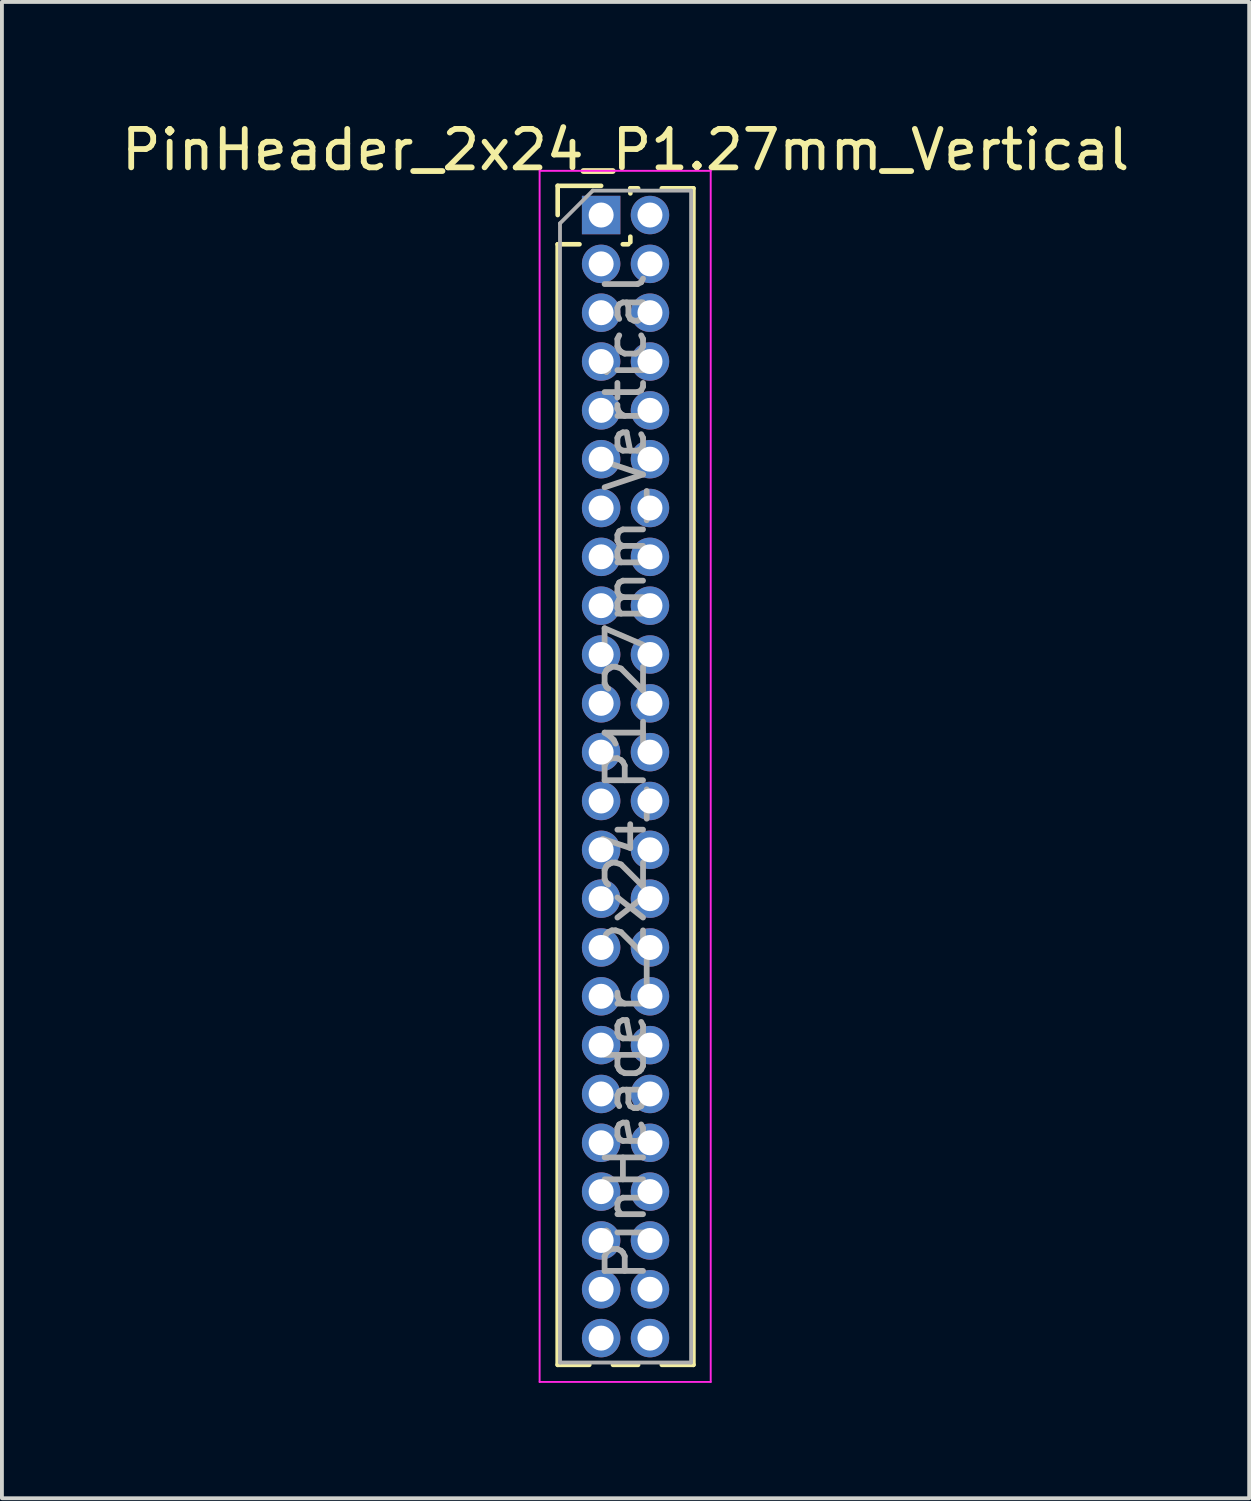
<source format=kicad_pcb>
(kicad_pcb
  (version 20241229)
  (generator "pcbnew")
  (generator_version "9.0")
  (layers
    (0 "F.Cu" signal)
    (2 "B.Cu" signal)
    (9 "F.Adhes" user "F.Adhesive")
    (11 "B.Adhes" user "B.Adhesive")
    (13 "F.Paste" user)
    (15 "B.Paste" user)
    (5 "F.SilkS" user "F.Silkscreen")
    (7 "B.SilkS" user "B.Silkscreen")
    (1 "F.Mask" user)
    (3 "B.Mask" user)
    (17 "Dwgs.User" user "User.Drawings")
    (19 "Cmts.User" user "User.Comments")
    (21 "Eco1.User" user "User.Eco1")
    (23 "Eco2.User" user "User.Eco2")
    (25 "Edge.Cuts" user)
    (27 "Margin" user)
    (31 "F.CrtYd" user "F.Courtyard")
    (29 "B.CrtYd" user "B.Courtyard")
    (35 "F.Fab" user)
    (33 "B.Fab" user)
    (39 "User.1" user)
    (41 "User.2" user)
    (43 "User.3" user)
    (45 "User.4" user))
  (footprint "PinHeader_2x24_P1.27mm_Vertical"
    (layer "F.Cu")
    (at 12.585 2.543)
    (property "Reference" "PinHeader_2x24_P1.27mm_Vertical" (at 0.635 -1.695 0) (layer "F.SilkS") (effects (font (size 1 1) (thickness 0.15))))
    (attr through_hole)
    (fp_line (start -1.13 -0.76) (end 0 -0.76) (stroke (width 0.12) (type solid)) (layer "F.SilkS"))
    (fp_line (start -1.13 0) (end -1.13 -0.76) (stroke (width 0.12) (type solid)) (layer "F.SilkS"))
    (fp_line (start -1.13 0.76) (end -1.13 29.905) (stroke (width 0.12) (type solid)) (layer "F.SilkS"))
    (fp_line (start -1.13 0.76) (end -0.563 0.76) (stroke (width 0.12) (type solid)) (layer "F.SilkS"))
    (fp_line (start -1.13 29.905) (end -0.308 29.905) (stroke (width 0.12) (type solid)) (layer "F.SilkS"))
    (fp_line (start 0.308 29.905) (end 0.962 29.905) (stroke (width 0.12) (type solid)) (layer "F.SilkS"))
    (fp_line (start 0.563 0.76) (end 0.707 0.76) (stroke (width 0.12) (type solid)) (layer "F.SilkS"))
    (fp_line (start 0.76 -0.695) (end 0.962 -0.695) (stroke (width 0.12) (type solid)) (layer "F.SilkS"))
    (fp_line (start 0.76 -0.563) (end 0.76 -0.695) (stroke (width 0.12) (type solid)) (layer "F.SilkS"))
    (fp_line (start 0.76 0.707) (end 0.76 0.563) (stroke (width 0.12) (type solid)) (layer "F.SilkS"))
    (fp_line (start 1.578 -0.695) (end 2.4 -0.695) (stroke (width 0.12) (type solid)) (layer "F.SilkS"))
    (fp_line (start 1.578 29.905) (end 2.4 29.905) (stroke (width 0.12) (type solid)) (layer "F.SilkS"))
    (fp_line (start 2.4 -0.695) (end 2.4 29.905) (stroke (width 0.12) (type solid)) (layer "F.SilkS"))
    (fp_line (start -1.6 -1.15) (end -1.6 30.35) (stroke (width 0.05) (type solid)) (layer "F.CrtYd"))
    (fp_line (start -1.6 30.35) (end 2.85 30.35) (stroke (width 0.05) (type solid)) (layer "F.CrtYd"))
    (fp_line (start 2.85 -1.15) (end -1.6 -1.15) (stroke (width 0.05) (type solid)) (layer "F.CrtYd"))
    (fp_line (start 2.85 30.35) (end 2.85 -1.15) (stroke (width 0.05) (type solid)) (layer "F.CrtYd"))
    (fp_line (start -1.07 0.217) (end -0.217 -0.635) (stroke (width 0.1) (type solid)) (layer "F.Fab"))
    (fp_line (start -1.07 29.845) (end -1.07 0.217) (stroke (width 0.1) (type solid)) (layer "F.Fab"))
    (fp_line (start -0.217 -0.635) (end 2.34 -0.635) (stroke (width 0.1) (type solid)) (layer "F.Fab"))
    (fp_line (start 2.34 -0.635) (end 2.34 29.845) (stroke (width 0.1) (type solid)) (layer "F.Fab"))
    (fp_line (start 2.34 29.845) (end -1.07 29.845) (stroke (width 0.1) (type solid)) (layer "F.Fab"))
    (fp_text user "${REFERENCE}" (at 0.635 14.605 90) (layer "F.Fab") (effects (font (size 1 1) (thickness 0.15))))
    (pad "1" thru_hole rect (at 0 0) (size 1 1) (drill 0.65) (layers "*.Cu" "*.Mask"))
    (pad "2" thru_hole oval (at 1.27 0) (size 1 1) (drill 0.65) (layers "*.Cu" "*.Mask"))
    (pad "3" thru_hole oval (at 0 1.27) (size 1 1) (drill 0.65) (layers "*.Cu" "*.Mask"))
    (pad "4" thru_hole oval (at 1.27 1.27) (size 1 1) (drill 0.65) (layers "*.Cu" "*.Mask"))
    (pad "5" thru_hole oval (at 0 2.54) (size 1 1) (drill 0.65) (layers "*.Cu" "*.Mask"))
    (pad "6" thru_hole oval (at 1.27 2.54) (size 1 1) (drill 0.65) (layers "*.Cu" "*.Mask"))
    (pad "7" thru_hole oval (at 0 3.81) (size 1 1) (drill 0.65) (layers "*.Cu" "*.Mask"))
    (pad "8" thru_hole oval (at 1.27 3.81) (size 1 1) (drill 0.65) (layers "*.Cu" "*.Mask"))
    (pad "9" thru_hole oval (at 0 5.08) (size 1 1) (drill 0.65) (layers "*.Cu" "*.Mask"))
    (pad "10" thru_hole oval (at 1.27 5.08) (size 1 1) (drill 0.65) (layers "*.Cu" "*.Mask"))
    (pad "11" thru_hole oval (at 0 6.35) (size 1 1) (drill 0.65) (layers "*.Cu" "*.Mask"))
    (pad "12" thru_hole oval (at 1.27 6.35) (size 1 1) (drill 0.65) (layers "*.Cu" "*.Mask"))
    (pad "13" thru_hole oval (at 0 7.62) (size 1 1) (drill 0.65) (layers "*.Cu" "*.Mask"))
    (pad "14" thru_hole oval (at 1.27 7.62) (size 1 1) (drill 0.65) (layers "*.Cu" "*.Mask"))
    (pad "15" thru_hole oval (at 0 8.89) (size 1 1) (drill 0.65) (layers "*.Cu" "*.Mask"))
    (pad "16" thru_hole oval (at 1.27 8.89) (size 1 1) (drill 0.65) (layers "*.Cu" "*.Mask"))
    (pad "17" thru_hole oval (at 0 10.16) (size 1 1) (drill 0.65) (layers "*.Cu" "*.Mask"))
    (pad "18" thru_hole oval (at 1.27 10.16) (size 1 1) (drill 0.65) (layers "*.Cu" "*.Mask"))
    (pad "19" thru_hole oval (at 0 11.43) (size 1 1) (drill 0.65) (layers "*.Cu" "*.Mask"))
    (pad "20" thru_hole oval (at 1.27 11.43) (size 1 1) (drill 0.65) (layers "*.Cu" "*.Mask"))
    (pad "21" thru_hole oval (at 0 12.7) (size 1 1) (drill 0.65) (layers "*.Cu" "*.Mask"))
    (pad "22" thru_hole oval (at 1.27 12.7) (size 1 1) (drill 0.65) (layers "*.Cu" "*.Mask"))
    (pad "23" thru_hole oval (at 0 13.97) (size 1 1) (drill 0.65) (layers "*.Cu" "*.Mask"))
    (pad "24" thru_hole oval (at 1.27 13.97) (size 1 1) (drill 0.65) (layers "*.Cu" "*.Mask"))
    (pad "25" thru_hole oval (at 0 15.24) (size 1 1) (drill 0.65) (layers "*.Cu" "*.Mask"))
    (pad "26" thru_hole oval (at 1.27 15.24) (size 1 1) (drill 0.65) (layers "*.Cu" "*.Mask"))
    (pad "27" thru_hole oval (at 0 16.51) (size 1 1) (drill 0.65) (layers "*.Cu" "*.Mask"))
    (pad "28" thru_hole oval (at 1.27 16.51) (size 1 1) (drill 0.65) (layers "*.Cu" "*.Mask"))
    (pad "29" thru_hole oval (at 0 17.78) (size 1 1) (drill 0.65) (layers "*.Cu" "*.Mask"))
    (pad "30" thru_hole oval (at 1.27 17.78) (size 1 1) (drill 0.65) (layers "*.Cu" "*.Mask"))
    (pad "31" thru_hole oval (at 0 19.05) (size 1 1) (drill 0.65) (layers "*.Cu" "*.Mask"))
    (pad "32" thru_hole oval (at 1.27 19.05) (size 1 1) (drill 0.65) (layers "*.Cu" "*.Mask"))
    (pad "33" thru_hole oval (at 0 20.32) (size 1 1) (drill 0.65) (layers "*.Cu" "*.Mask"))
    (pad "34" thru_hole oval (at 1.27 20.32) (size 1 1) (drill 0.65) (layers "*.Cu" "*.Mask"))
    (pad "35" thru_hole oval (at 0 21.59) (size 1 1) (drill 0.65) (layers "*.Cu" "*.Mask"))
    (pad "36" thru_hole oval (at 1.27 21.59) (size 1 1) (drill 0.65) (layers "*.Cu" "*.Mask"))
    (pad "37" thru_hole oval (at 0 22.86) (size 1 1) (drill 0.65) (layers "*.Cu" "*.Mask"))
    (pad "38" thru_hole oval (at 1.27 22.86) (size 1 1) (drill 0.65) (layers "*.Cu" "*.Mask"))
    (pad "39" thru_hole oval (at 0 24.13) (size 1 1) (drill 0.65) (layers "*.Cu" "*.Mask"))
    (pad "40" thru_hole oval (at 1.27 24.13) (size 1 1) (drill 0.65) (layers "*.Cu" "*.Mask"))
    (pad "41" thru_hole oval (at 0 25.4) (size 1 1) (drill 0.65) (layers "*.Cu" "*.Mask"))
    (pad "42" thru_hole oval (at 1.27 25.4) (size 1 1) (drill 0.65) (layers "*.Cu" "*.Mask"))
    (pad "43" thru_hole oval (at 0 26.67) (size 1 1) (drill 0.65) (layers "*.Cu" "*.Mask"))
    (pad "44" thru_hole oval (at 1.27 26.67) (size 1 1) (drill 0.65) (layers "*.Cu" "*.Mask"))
    (pad "45" thru_hole oval (at 0 27.94) (size 1 1) (drill 0.65) (layers "*.Cu" "*.Mask"))
    (pad "46" thru_hole oval (at 1.27 27.94) (size 1 1) (drill 0.65) (layers "*.Cu" "*.Mask"))
    (pad "47" thru_hole oval (at 0 29.21) (size 1 1) (drill 0.65) (layers "*.Cu" "*.Mask"))
    (pad "48" thru_hole oval (at 1.27 29.21) (size 1 1) (drill 0.65) (layers "*.Cu" "*.Mask")))
  (gr_rect
    (start -3 -3)
    (end 29.44 35.918)
    (stroke (width 0.1) (type default))
    (fill no)
    (layer "Edge.Cuts")))
</source>
